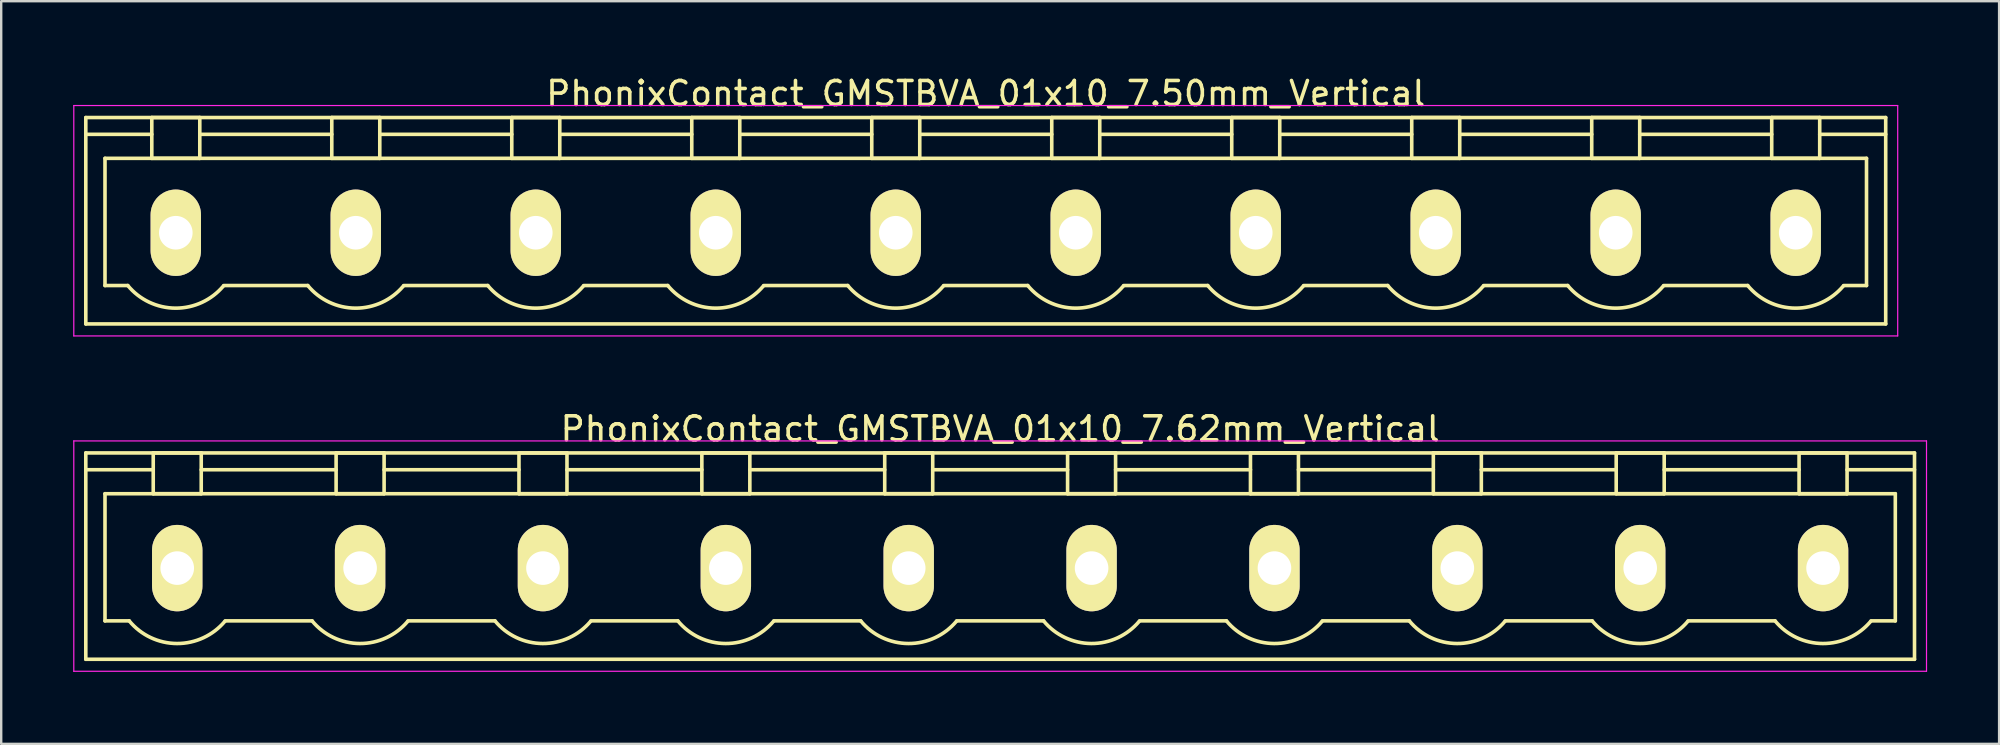
<source format=kicad_pcb>
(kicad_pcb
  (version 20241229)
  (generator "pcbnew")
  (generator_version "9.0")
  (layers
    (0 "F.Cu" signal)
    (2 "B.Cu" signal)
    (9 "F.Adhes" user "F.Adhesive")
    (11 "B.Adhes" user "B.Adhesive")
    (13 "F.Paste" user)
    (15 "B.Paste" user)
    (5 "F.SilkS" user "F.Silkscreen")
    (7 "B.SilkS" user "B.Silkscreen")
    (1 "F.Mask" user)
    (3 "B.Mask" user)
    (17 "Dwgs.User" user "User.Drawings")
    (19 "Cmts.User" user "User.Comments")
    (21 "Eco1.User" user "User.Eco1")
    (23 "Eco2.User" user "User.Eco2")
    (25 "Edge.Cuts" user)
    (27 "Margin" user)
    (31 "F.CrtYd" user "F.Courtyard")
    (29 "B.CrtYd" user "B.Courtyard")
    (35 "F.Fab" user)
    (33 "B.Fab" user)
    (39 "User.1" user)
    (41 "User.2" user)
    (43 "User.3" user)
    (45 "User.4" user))
  (footprint "PhonixContact_GMSTBVA_01x10_7.62mm_Vertical"
    (layer "F.Cu")
    (at 4.335 20.622)
    (property "Reference" "PhonixContact_GMSTBVA_01x10_7.62mm_Vertical" (at 34.29 -5.8 0) (layer "F.SilkS") (effects (font (size 1 1) (thickness 0.15))))
    (attr through_hole)
    (fp_line (start -3.81 -4.8) (end -3.81 3.8) (stroke (width 0.15) (type solid)) (layer "F.SilkS"))
    (fp_line (start -3.81 -4.1) (end -1 -4.1) (stroke (width 0.15) (type solid)) (layer "F.SilkS"))
    (fp_line (start -3.81 3.8) (end 72.39 3.8) (stroke (width 0.15) (type solid)) (layer "F.SilkS"))
    (fp_line (start -3.01 -3.1) (end 71.59 -3.1) (stroke (width 0.15) (type solid)) (layer "F.SilkS"))
    (fp_line (start -3.01 2.2) (end -3.01 -3.1) (stroke (width 0.15) (type solid)) (layer "F.SilkS"))
    (fp_line (start -2 2.2) (end -3.01 2.2) (stroke (width 0.15) (type solid)) (layer "F.SilkS"))
    (fp_line (start -1 -4.8) (end 1 -4.8) (stroke (width 0.15) (type solid)) (layer "F.SilkS"))
    (fp_line (start -1 -3.1) (end -1 -4.8) (stroke (width 0.15) (type solid)) (layer "F.SilkS"))
    (fp_line (start 1 -4.8) (end 1 -3.1) (stroke (width 0.15) (type solid)) (layer "F.SilkS"))
    (fp_line (start 1 -4.1) (end 6.62 -4.1) (stroke (width 0.15) (type solid)) (layer "F.SilkS"))
    (fp_line (start 1 -3.1) (end -1 -3.1) (stroke (width 0.15) (type solid)) (layer "F.SilkS"))
    (fp_line (start 2 2.2) (end 5.62 2.2) (stroke (width 0.15) (type solid)) (layer "F.SilkS"))
    (fp_line (start 6.62 -4.8) (end 8.62 -4.8) (stroke (width 0.15) (type solid)) (layer "F.SilkS"))
    (fp_line (start 6.62 -3.1) (end 6.62 -4.8) (stroke (width 0.15) (type solid)) (layer "F.SilkS"))
    (fp_line (start 8.62 -4.8) (end 8.62 -3.1) (stroke (width 0.15) (type solid)) (layer "F.SilkS"))
    (fp_line (start 8.62 -4.1) (end 14.24 -4.1) (stroke (width 0.15) (type solid)) (layer "F.SilkS"))
    (fp_line (start 8.62 -3.1) (end 6.62 -3.1) (stroke (width 0.15) (type solid)) (layer "F.SilkS"))
    (fp_line (start 9.62 2.2) (end 13.24 2.2) (stroke (width 0.15) (type solid)) (layer "F.SilkS"))
    (fp_line (start 14.24 -4.8) (end 16.24 -4.8) (stroke (width 0.15) (type solid)) (layer "F.SilkS"))
    (fp_line (start 14.24 -3.1) (end 14.24 -4.8) (stroke (width 0.15) (type solid)) (layer "F.SilkS"))
    (fp_line (start 16.24 -4.8) (end 16.24 -3.1) (stroke (width 0.15) (type solid)) (layer "F.SilkS"))
    (fp_line (start 16.24 -4.1) (end 21.86 -4.1) (stroke (width 0.15) (type solid)) (layer "F.SilkS"))
    (fp_line (start 16.24 -3.1) (end 14.24 -3.1) (stroke (width 0.15) (type solid)) (layer "F.SilkS"))
    (fp_line (start 17.24 2.2) (end 20.86 2.2) (stroke (width 0.15) (type solid)) (layer "F.SilkS"))
    (fp_line (start 21.86 -4.8) (end 23.86 -4.8) (stroke (width 0.15) (type solid)) (layer "F.SilkS"))
    (fp_line (start 21.86 -3.1) (end 21.86 -4.8) (stroke (width 0.15) (type solid)) (layer "F.SilkS"))
    (fp_line (start 23.86 -4.8) (end 23.86 -3.1) (stroke (width 0.15) (type solid)) (layer "F.SilkS"))
    (fp_line (start 23.86 -4.1) (end 29.48 -4.1) (stroke (width 0.15) (type solid)) (layer "F.SilkS"))
    (fp_line (start 23.86 -3.1) (end 21.86 -3.1) (stroke (width 0.15) (type solid)) (layer "F.SilkS"))
    (fp_line (start 24.86 2.2) (end 28.48 2.2) (stroke (width 0.15) (type solid)) (layer "F.SilkS"))
    (fp_line (start 29.48 -4.8) (end 31.48 -4.8) (stroke (width 0.15) (type solid)) (layer "F.SilkS"))
    (fp_line (start 29.48 -3.1) (end 29.48 -4.8) (stroke (width 0.15) (type solid)) (layer "F.SilkS"))
    (fp_line (start 31.48 -4.8) (end 31.48 -3.1) (stroke (width 0.15) (type solid)) (layer "F.SilkS"))
    (fp_line (start 31.48 -4.1) (end 37.1 -4.1) (stroke (width 0.15) (type solid)) (layer "F.SilkS"))
    (fp_line (start 31.48 -3.1) (end 29.48 -3.1) (stroke (width 0.15) (type solid)) (layer "F.SilkS"))
    (fp_line (start 32.48 2.2) (end 36.1 2.2) (stroke (width 0.15) (type solid)) (layer "F.SilkS"))
    (fp_line (start 37.1 -4.8) (end 39.1 -4.8) (stroke (width 0.15) (type solid)) (layer "F.SilkS"))
    (fp_line (start 37.1 -3.1) (end 37.1 -4.8) (stroke (width 0.15) (type solid)) (layer "F.SilkS"))
    (fp_line (start 39.1 -4.8) (end 39.1 -3.1) (stroke (width 0.15) (type solid)) (layer "F.SilkS"))
    (fp_line (start 39.1 -4.1) (end 44.72 -4.1) (stroke (width 0.15) (type solid)) (layer "F.SilkS"))
    (fp_line (start 39.1 -3.1) (end 37.1 -3.1) (stroke (width 0.15) (type solid)) (layer "F.SilkS"))
    (fp_line (start 40.1 2.2) (end 43.72 2.2) (stroke (width 0.15) (type solid)) (layer "F.SilkS"))
    (fp_line (start 44.72 -4.8) (end 46.72 -4.8) (stroke (width 0.15) (type solid)) (layer "F.SilkS"))
    (fp_line (start 44.72 -3.1) (end 44.72 -4.8) (stroke (width 0.15) (type solid)) (layer "F.SilkS"))
    (fp_line (start 46.72 -4.8) (end 46.72 -3.1) (stroke (width 0.15) (type solid)) (layer "F.SilkS"))
    (fp_line (start 46.72 -4.1) (end 52.34 -4.1) (stroke (width 0.15) (type solid)) (layer "F.SilkS"))
    (fp_line (start 46.72 -3.1) (end 44.72 -3.1) (stroke (width 0.15) (type solid)) (layer "F.SilkS"))
    (fp_line (start 47.72 2.2) (end 51.34 2.2) (stroke (width 0.15) (type solid)) (layer "F.SilkS"))
    (fp_line (start 52.34 -4.8) (end 54.34 -4.8) (stroke (width 0.15) (type solid)) (layer "F.SilkS"))
    (fp_line (start 52.34 -3.1) (end 52.34 -4.8) (stroke (width 0.15) (type solid)) (layer "F.SilkS"))
    (fp_line (start 54.34 -4.8) (end 54.34 -3.1) (stroke (width 0.15) (type solid)) (layer "F.SilkS"))
    (fp_line (start 54.34 -4.1) (end 59.96 -4.1) (stroke (width 0.15) (type solid)) (layer "F.SilkS"))
    (fp_line (start 54.34 -3.1) (end 52.34 -3.1) (stroke (width 0.15) (type solid)) (layer "F.SilkS"))
    (fp_line (start 55.34 2.2) (end 58.96 2.2) (stroke (width 0.15) (type solid)) (layer "F.SilkS"))
    (fp_line (start 59.96 -4.8) (end 61.96 -4.8) (stroke (width 0.15) (type solid)) (layer "F.SilkS"))
    (fp_line (start 59.96 -3.1) (end 59.96 -4.8) (stroke (width 0.15) (type solid)) (layer "F.SilkS"))
    (fp_line (start 61.96 -4.8) (end 61.96 -3.1) (stroke (width 0.15) (type solid)) (layer "F.SilkS"))
    (fp_line (start 61.96 -4.1) (end 67.58 -4.1) (stroke (width 0.15) (type solid)) (layer "F.SilkS"))
    (fp_line (start 61.96 -3.1) (end 59.96 -3.1) (stroke (width 0.15) (type solid)) (layer "F.SilkS"))
    (fp_line (start 62.96 2.2) (end 66.58 2.2) (stroke (width 0.15) (type solid)) (layer "F.SilkS"))
    (fp_line (start 67.58 -4.8) (end 69.58 -4.8) (stroke (width 0.15) (type solid)) (layer "F.SilkS"))
    (fp_line (start 67.58 -3.1) (end 67.58 -4.8) (stroke (width 0.15) (type solid)) (layer "F.SilkS"))
    (fp_line (start 69.58 -4.8) (end 69.58 -3.1) (stroke (width 0.15) (type solid)) (layer "F.SilkS"))
    (fp_line (start 69.58 -3.1) (end 67.58 -3.1) (stroke (width 0.15) (type solid)) (layer "F.SilkS"))
    (fp_line (start 71.59 -3.1) (end 71.59 2.2) (stroke (width 0.15) (type solid)) (layer "F.SilkS"))
    (fp_line (start 71.59 2.2) (end 70.58 2.2) (stroke (width 0.15) (type solid)) (layer "F.SilkS"))
    (fp_line (start 72.39 -4.8) (end -3.81 -4.8) (stroke (width 0.15) (type solid)) (layer "F.SilkS"))
    (fp_line (start 72.39 -4.1) (end 69.58 -4.1) (stroke (width 0.15) (type solid)) (layer "F.SilkS"))
    (fp_line (start 72.39 3.8) (end 72.39 -4.8) (stroke (width 0.15) (type solid)) (layer "F.SilkS"))
    (fp_arc (start 1.986842 2.215821) (mid -0.010289 3.142758) (end -2 2.2) (stroke (width 0.15) (type solid)) (layer "F.SilkS"))
    (fp_arc (start 9.606842 2.215821) (mid 7.609711 3.142758) (end 5.62 2.2) (stroke (width 0.15) (type solid)) (layer "F.SilkS"))
    (fp_arc (start 17.226842 2.215821) (mid 15.229711 3.142758) (end 13.24 2.2) (stroke (width 0.15) (type solid)) (layer "F.SilkS"))
    (fp_arc (start 24.846842 2.215821) (mid 22.849711 3.142758) (end 20.86 2.2) (stroke (width 0.15) (type solid)) (layer "F.SilkS"))
    (fp_arc (start 32.466842 2.215821) (mid 30.469711 3.142758) (end 28.48 2.2) (stroke (width 0.15) (type solid)) (layer "F.SilkS"))
    (fp_arc (start 40.086842 2.215821) (mid 38.089711 3.142758) (end 36.1 2.2) (stroke (width 0.15) (type solid)) (layer "F.SilkS"))
    (fp_arc (start 47.706842 2.215821) (mid 45.709711 3.142758) (end 43.72 2.2) (stroke (width 0.15) (type solid)) (layer "F.SilkS"))
    (fp_arc (start 55.326842 2.215821) (mid 53.329711 3.142758) (end 51.34 2.2) (stroke (width 0.15) (type solid)) (layer "F.SilkS"))
    (fp_arc (start 62.946842 2.215821) (mid 60.949711 3.142758) (end 58.96 2.2) (stroke (width 0.15) (type solid)) (layer "F.SilkS"))
    (fp_arc (start 70.566842 2.215821) (mid 68.569711 3.142758) (end 66.58 2.2) (stroke (width 0.15) (type solid)) (layer "F.SilkS"))
    (fp_line (start -4.31 -5.3) (end -4.31 4.3) (stroke (width 0.05) (type solid)) (layer "F.CrtYd"))
    (fp_line (start -4.31 4.3) (end 72.89 4.3) (stroke (width 0.05) (type solid)) (layer "F.CrtYd"))
    (fp_line (start 72.89 -5.3) (end -4.31 -5.3) (stroke (width 0.05) (type solid)) (layer "F.CrtYd"))
    (fp_line (start 72.89 4.3) (end 72.89 -5.3) (stroke (width 0.05) (type solid)) (layer "F.CrtYd"))
    (pad "1" thru_hole oval (at 0 0) (size 2.1 3.6) (drill 1.4) (layers "*.Cu" "*.Mask" "F.SilkS"))
    (pad "2" thru_hole oval (at 7.62 0) (size 2.1 3.6) (drill 1.4) (layers "*.Cu" "*.Mask" "F.SilkS"))
    (pad "3" thru_hole oval (at 15.24 0) (size 2.1 3.6) (drill 1.4) (layers "*.Cu" "*.Mask" "F.SilkS"))
    (pad "4" thru_hole oval (at 22.86 0) (size 2.1 3.6) (drill 1.4) (layers "*.Cu" "*.Mask" "F.SilkS"))
    (pad "5" thru_hole oval (at 30.48 0) (size 2.1 3.6) (drill 1.4) (layers "*.Cu" "*.Mask" "F.SilkS"))
    (pad "6" thru_hole oval (at 38.1 0) (size 2.1 3.6) (drill 1.4) (layers "*.Cu" "*.Mask" "F.SilkS"))
    (pad "7" thru_hole oval (at 45.72 0) (size 2.1 3.6) (drill 1.4) (layers "*.Cu" "*.Mask" "F.SilkS"))
    (pad "8" thru_hole oval (at 53.34 0) (size 2.1 3.6) (drill 1.4) (layers "*.Cu" "*.Mask" "F.SilkS"))
    (pad "9" thru_hole oval (at 60.96 0) (size 2.1 3.6) (drill 1.4) (layers "*.Cu" "*.Mask" "F.SilkS"))
    (pad "10" thru_hole oval (at 68.58 0) (size 2.1 3.6) (drill 1.4) (layers "*.Cu" "*.Mask" "F.SilkS")))
  (footprint "PhonixContact_GMSTBVA_01x10_7.50mm_Vertical"
    (layer "F.Cu")
    (at 4.275 6.648)
    (property "Reference" "PhonixContact_GMSTBVA_01x10_7.50mm_Vertical" (at 33.75 -5.8 0) (layer "F.SilkS") (effects (font (size 1 1) (thickness 0.15))))
    (attr through_hole)
    (fp_line (start -3.75 -4.8) (end -3.75 3.8) (stroke (width 0.15) (type solid)) (layer "F.SilkS"))
    (fp_line (start -3.75 -4.1) (end -1 -4.1) (stroke (width 0.15) (type solid)) (layer "F.SilkS"))
    (fp_line (start -3.75 3.8) (end 71.25 3.8) (stroke (width 0.15) (type solid)) (layer "F.SilkS"))
    (fp_line (start -2.95 -3.1) (end 70.45 -3.1) (stroke (width 0.15) (type solid)) (layer "F.SilkS"))
    (fp_line (start -2.95 2.2) (end -2.95 -3.1) (stroke (width 0.15) (type solid)) (layer "F.SilkS"))
    (fp_line (start -2 2.2) (end -2.95 2.2) (stroke (width 0.15) (type solid)) (layer "F.SilkS"))
    (fp_line (start -1 -4.8) (end 1 -4.8) (stroke (width 0.15) (type solid)) (layer "F.SilkS"))
    (fp_line (start -1 -3.1) (end -1 -4.8) (stroke (width 0.15) (type solid)) (layer "F.SilkS"))
    (fp_line (start 1 -4.8) (end 1 -3.1) (stroke (width 0.15) (type solid)) (layer "F.SilkS"))
    (fp_line (start 1 -4.1) (end 6.5 -4.1) (stroke (width 0.15) (type solid)) (layer "F.SilkS"))
    (fp_line (start 1 -3.1) (end -1 -3.1) (stroke (width 0.15) (type solid)) (layer "F.SilkS"))
    (fp_line (start 2 2.2) (end 5.5 2.2) (stroke (width 0.15) (type solid)) (layer "F.SilkS"))
    (fp_line (start 6.5 -4.8) (end 8.5 -4.8) (stroke (width 0.15) (type solid)) (layer "F.SilkS"))
    (fp_line (start 6.5 -3.1) (end 6.5 -4.8) (stroke (width 0.15) (type solid)) (layer "F.SilkS"))
    (fp_line (start 8.5 -4.8) (end 8.5 -3.1) (stroke (width 0.15) (type solid)) (layer "F.SilkS"))
    (fp_line (start 8.5 -4.1) (end 14 -4.1) (stroke (width 0.15) (type solid)) (layer "F.SilkS"))
    (fp_line (start 8.5 -3.1) (end 6.5 -3.1) (stroke (width 0.15) (type solid)) (layer "F.SilkS"))
    (fp_line (start 9.5 2.2) (end 13 2.2) (stroke (width 0.15) (type solid)) (layer "F.SilkS"))
    (fp_line (start 14 -4.8) (end 16 -4.8) (stroke (width 0.15) (type solid)) (layer "F.SilkS"))
    (fp_line (start 14 -3.1) (end 14 -4.8) (stroke (width 0.15) (type solid)) (layer "F.SilkS"))
    (fp_line (start 16 -4.8) (end 16 -3.1) (stroke (width 0.15) (type solid)) (layer "F.SilkS"))
    (fp_line (start 16 -4.1) (end 21.5 -4.1) (stroke (width 0.15) (type solid)) (layer "F.SilkS"))
    (fp_line (start 16 -3.1) (end 14 -3.1) (stroke (width 0.15) (type solid)) (layer "F.SilkS"))
    (fp_line (start 17 2.2) (end 20.5 2.2) (stroke (width 0.15) (type solid)) (layer "F.SilkS"))
    (fp_line (start 21.5 -4.8) (end 23.5 -4.8) (stroke (width 0.15) (type solid)) (layer "F.SilkS"))
    (fp_line (start 21.5 -3.1) (end 21.5 -4.8) (stroke (width 0.15) (type solid)) (layer "F.SilkS"))
    (fp_line (start 23.5 -4.8) (end 23.5 -3.1) (stroke (width 0.15) (type solid)) (layer "F.SilkS"))
    (fp_line (start 23.5 -4.1) (end 29 -4.1) (stroke (width 0.15) (type solid)) (layer "F.SilkS"))
    (fp_line (start 23.5 -3.1) (end 21.5 -3.1) (stroke (width 0.15) (type solid)) (layer "F.SilkS"))
    (fp_line (start 24.5 2.2) (end 28 2.2) (stroke (width 0.15) (type solid)) (layer "F.SilkS"))
    (fp_line (start 29 -4.8) (end 31 -4.8) (stroke (width 0.15) (type solid)) (layer "F.SilkS"))
    (fp_line (start 29 -3.1) (end 29 -4.8) (stroke (width 0.15) (type solid)) (layer "F.SilkS"))
    (fp_line (start 31 -4.8) (end 31 -3.1) (stroke (width 0.15) (type solid)) (layer "F.SilkS"))
    (fp_line (start 31 -4.1) (end 36.5 -4.1) (stroke (width 0.15) (type solid)) (layer "F.SilkS"))
    (fp_line (start 31 -3.1) (end 29 -3.1) (stroke (width 0.15) (type solid)) (layer "F.SilkS"))
    (fp_line (start 32 2.2) (end 35.5 2.2) (stroke (width 0.15) (type solid)) (layer "F.SilkS"))
    (fp_line (start 36.5 -4.8) (end 38.5 -4.8) (stroke (width 0.15) (type solid)) (layer "F.SilkS"))
    (fp_line (start 36.5 -3.1) (end 36.5 -4.8) (stroke (width 0.15) (type solid)) (layer "F.SilkS"))
    (fp_line (start 38.5 -4.8) (end 38.5 -3.1) (stroke (width 0.15) (type solid)) (layer "F.SilkS"))
    (fp_line (start 38.5 -4.1) (end 44 -4.1) (stroke (width 0.15) (type solid)) (layer "F.SilkS"))
    (fp_line (start 38.5 -3.1) (end 36.5 -3.1) (stroke (width 0.15) (type solid)) (layer "F.SilkS"))
    (fp_line (start 39.5 2.2) (end 43 2.2) (stroke (width 0.15) (type solid)) (layer "F.SilkS"))
    (fp_line (start 44 -4.8) (end 46 -4.8) (stroke (width 0.15) (type solid)) (layer "F.SilkS"))
    (fp_line (start 44 -3.1) (end 44 -4.8) (stroke (width 0.15) (type solid)) (layer "F.SilkS"))
    (fp_line (start 46 -4.8) (end 46 -3.1) (stroke (width 0.15) (type solid)) (layer "F.SilkS"))
    (fp_line (start 46 -4.1) (end 51.5 -4.1) (stroke (width 0.15) (type solid)) (layer "F.SilkS"))
    (fp_line (start 46 -3.1) (end 44 -3.1) (stroke (width 0.15) (type solid)) (layer "F.SilkS"))
    (fp_line (start 47 2.2) (end 50.5 2.2) (stroke (width 0.15) (type solid)) (layer "F.SilkS"))
    (fp_line (start 51.5 -4.8) (end 53.5 -4.8) (stroke (width 0.15) (type solid)) (layer "F.SilkS"))
    (fp_line (start 51.5 -3.1) (end 51.5 -4.8) (stroke (width 0.15) (type solid)) (layer "F.SilkS"))
    (fp_line (start 53.5 -4.8) (end 53.5 -3.1) (stroke (width 0.15) (type solid)) (layer "F.SilkS"))
    (fp_line (start 53.5 -4.1) (end 59 -4.1) (stroke (width 0.15) (type solid)) (layer "F.SilkS"))
    (fp_line (start 53.5 -3.1) (end 51.5 -3.1) (stroke (width 0.15) (type solid)) (layer "F.SilkS"))
    (fp_line (start 54.5 2.2) (end 58 2.2) (stroke (width 0.15) (type solid)) (layer "F.SilkS"))
    (fp_line (start 59 -4.8) (end 61 -4.8) (stroke (width 0.15) (type solid)) (layer "F.SilkS"))
    (fp_line (start 59 -3.1) (end 59 -4.8) (stroke (width 0.15) (type solid)) (layer "F.SilkS"))
    (fp_line (start 61 -4.8) (end 61 -3.1) (stroke (width 0.15) (type solid)) (layer "F.SilkS"))
    (fp_line (start 61 -4.1) (end 66.5 -4.1) (stroke (width 0.15) (type solid)) (layer "F.SilkS"))
    (fp_line (start 61 -3.1) (end 59 -3.1) (stroke (width 0.15) (type solid)) (layer "F.SilkS"))
    (fp_line (start 62 2.2) (end 65.5 2.2) (stroke (width 0.15) (type solid)) (layer "F.SilkS"))
    (fp_line (start 66.5 -4.8) (end 68.5 -4.8) (stroke (width 0.15) (type solid)) (layer "F.SilkS"))
    (fp_line (start 66.5 -3.1) (end 66.5 -4.8) (stroke (width 0.15) (type solid)) (layer "F.SilkS"))
    (fp_line (start 68.5 -4.8) (end 68.5 -3.1) (stroke (width 0.15) (type solid)) (layer "F.SilkS"))
    (fp_line (start 68.5 -3.1) (end 66.5 -3.1) (stroke (width 0.15) (type solid)) (layer "F.SilkS"))
    (fp_line (start 70.45 -3.1) (end 70.45 2.2) (stroke (width 0.15) (type solid)) (layer "F.SilkS"))
    (fp_line (start 70.45 2.2) (end 69.5 2.2) (stroke (width 0.15) (type solid)) (layer "F.SilkS"))
    (fp_line (start 71.25 -4.8) (end -3.75 -4.8) (stroke (width 0.15) (type solid)) (layer "F.SilkS"))
    (fp_line (start 71.25 -4.1) (end 68.5 -4.1) (stroke (width 0.15) (type solid)) (layer "F.SilkS"))
    (fp_line (start 71.25 3.8) (end 71.25 -4.8) (stroke (width 0.15) (type solid)) (layer "F.SilkS"))
    (fp_arc (start 1.986842 2.215821) (mid -0.010289 3.142758) (end -2 2.2) (stroke (width 0.15) (type solid)) (layer "F.SilkS"))
    (fp_arc (start 9.486842 2.215821) (mid 7.489711 3.142758) (end 5.5 2.2) (stroke (width 0.15) (type solid)) (layer "F.SilkS"))
    (fp_arc (start 16.986842 2.215821) (mid 14.989711 3.142758) (end 13 2.2) (stroke (width 0.15) (type solid)) (layer "F.SilkS"))
    (fp_arc (start 24.486842 2.215821) (mid 22.489711 3.142758) (end 20.5 2.2) (stroke (width 0.15) (type solid)) (layer "F.SilkS"))
    (fp_arc (start 31.986842 2.215821) (mid 29.989711 3.142758) (end 28 2.2) (stroke (width 0.15) (type solid)) (layer "F.SilkS"))
    (fp_arc (start 39.486842 2.215821) (mid 37.489711 3.142758) (end 35.5 2.2) (stroke (width 0.15) (type solid)) (layer "F.SilkS"))
    (fp_arc (start 46.986842 2.215821) (mid 44.989711 3.142758) (end 43 2.2) (stroke (width 0.15) (type solid)) (layer "F.SilkS"))
    (fp_arc (start 54.486842 2.215821) (mid 52.489711 3.142758) (end 50.5 2.2) (stroke (width 0.15) (type solid)) (layer "F.SilkS"))
    (fp_arc (start 61.986842 2.215821) (mid 59.989711 3.142758) (end 58 2.2) (stroke (width 0.15) (type solid)) (layer "F.SilkS"))
    (fp_arc (start 69.486842 2.215821) (mid 67.489711 3.142758) (end 65.5 2.2) (stroke (width 0.15) (type solid)) (layer "F.SilkS"))
    (fp_line (start -4.25 -5.3) (end -4.25 4.3) (stroke (width 0.05) (type solid)) (layer "F.CrtYd"))
    (fp_line (start -4.25 4.3) (end 71.75 4.3) (stroke (width 0.05) (type solid)) (layer "F.CrtYd"))
    (fp_line (start 71.75 -5.3) (end -4.25 -5.3) (stroke (width 0.05) (type solid)) (layer "F.CrtYd"))
    (fp_line (start 71.75 4.3) (end 71.75 -5.3) (stroke (width 0.05) (type solid)) (layer "F.CrtYd"))
    (pad "1" thru_hole oval (at 0 0) (size 2.1 3.6) (drill 1.4) (layers "*.Cu" "*.Mask" "F.SilkS"))
    (pad "2" thru_hole oval (at 7.5 0) (size 2.1 3.6) (drill 1.4) (layers "*.Cu" "*.Mask" "F.SilkS"))
    (pad "3" thru_hole oval (at 15 0) (size 2.1 3.6) (drill 1.4) (layers "*.Cu" "*.Mask" "F.SilkS"))
    (pad "4" thru_hole oval (at 22.5 0) (size 2.1 3.6) (drill 1.4) (layers "*.Cu" "*.Mask" "F.SilkS"))
    (pad "5" thru_hole oval (at 30 0) (size 2.1 3.6) (drill 1.4) (layers "*.Cu" "*.Mask" "F.SilkS"))
    (pad "6" thru_hole oval (at 37.5 0) (size 2.1 3.6) (drill 1.4) (layers "*.Cu" "*.Mask" "F.SilkS"))
    (pad "7" thru_hole oval (at 45 0) (size 2.1 3.6) (drill 1.4) (layers "*.Cu" "*.Mask" "F.SilkS"))
    (pad "8" thru_hole oval (at 52.5 0) (size 2.1 3.6) (drill 1.4) (layers "*.Cu" "*.Mask" "F.SilkS"))
    (pad "9" thru_hole oval (at 60 0) (size 2.1 3.6) (drill 1.4) (layers "*.Cu" "*.Mask" "F.SilkS"))
    (pad "10" thru_hole oval (at 67.5 0) (size 2.1 3.6) (drill 1.4) (layers "*.Cu" "*.Mask" "F.SilkS")))
  (gr_rect
    (start -3 -3)
    (end 80.25 27.947)
    (stroke (width 0.1) (type default))
    (fill no)
    (layer "Edge.Cuts")))
</source>
